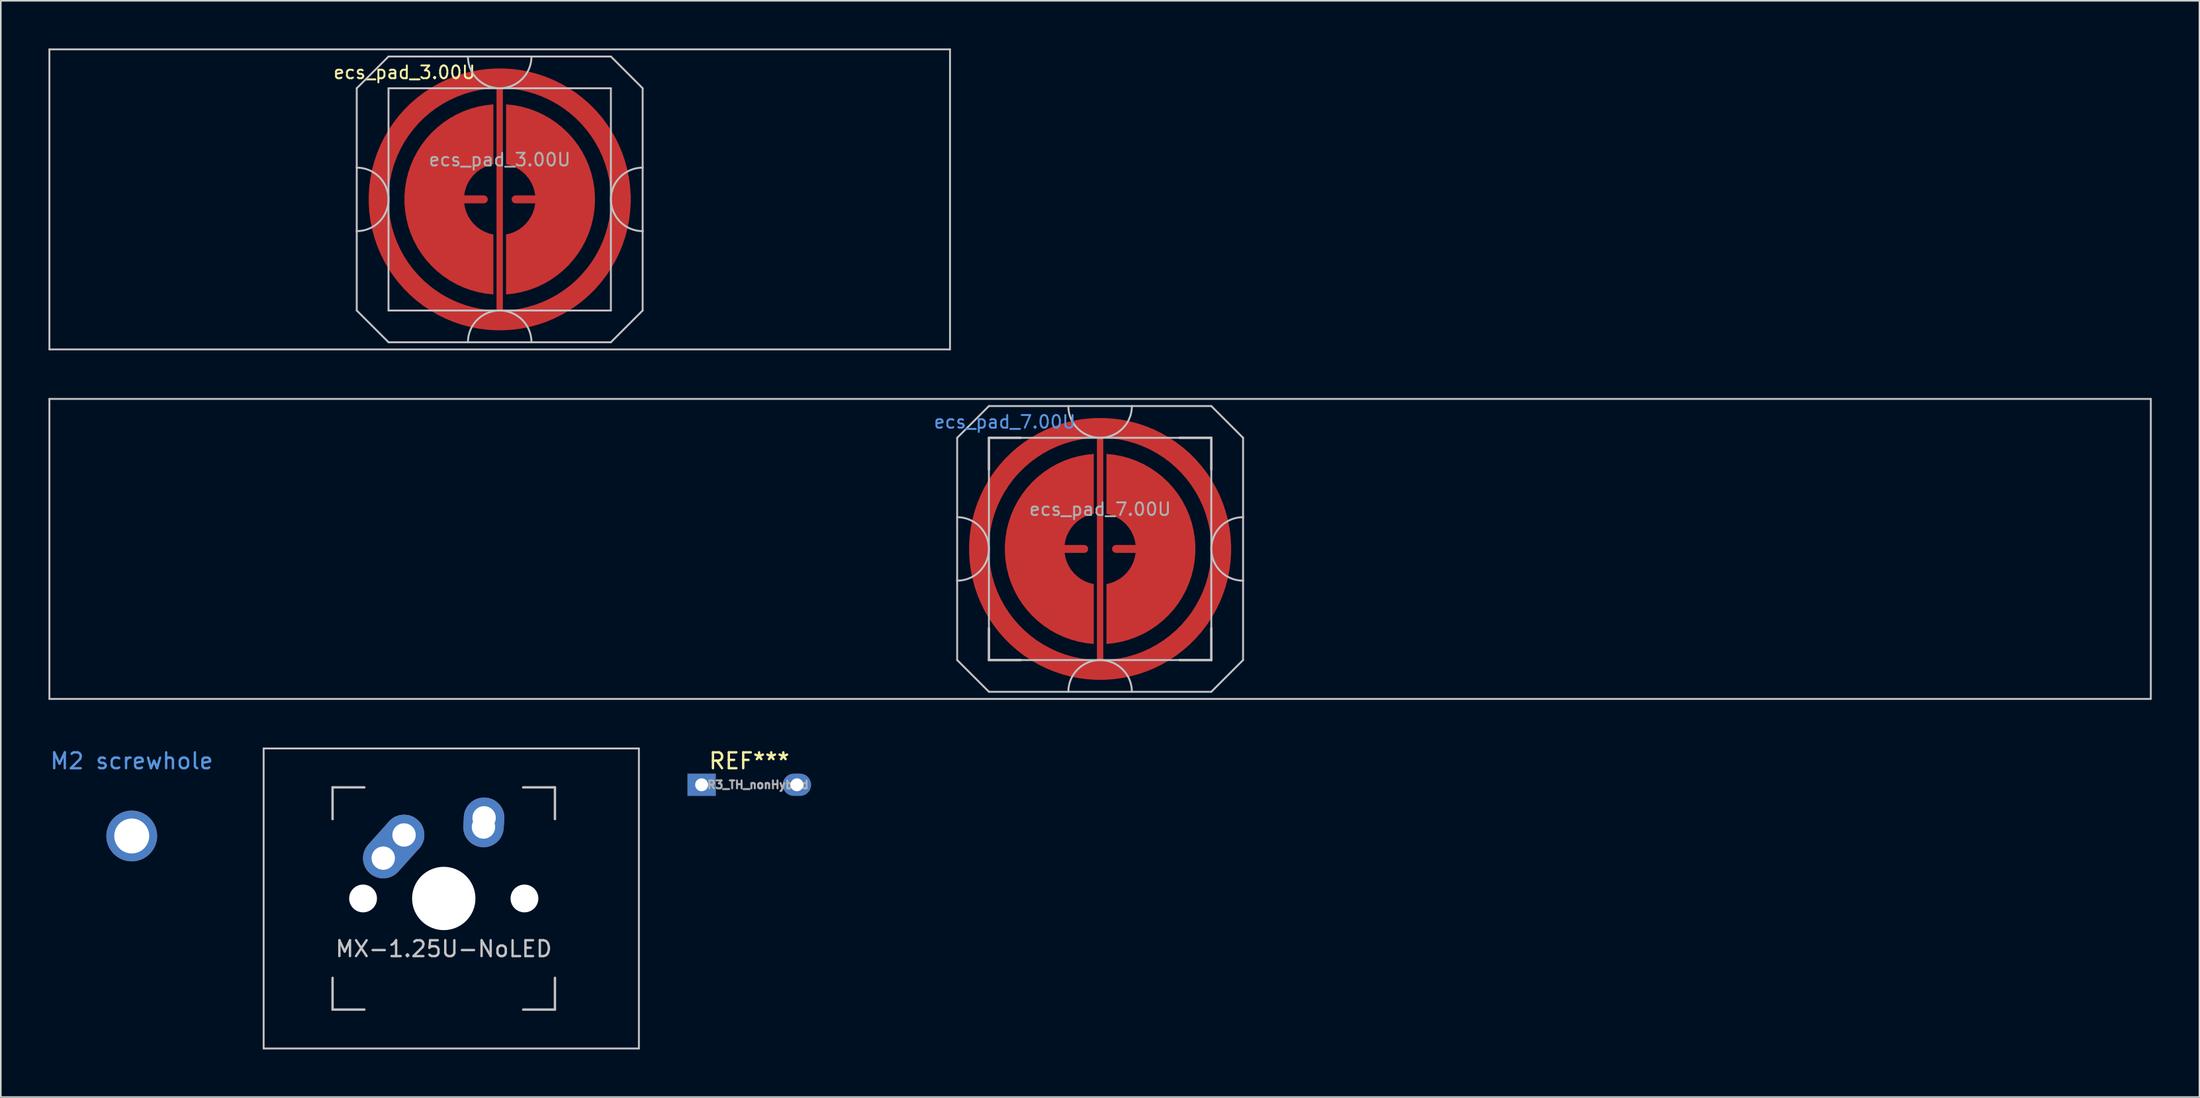
<source format=kicad_pcb>
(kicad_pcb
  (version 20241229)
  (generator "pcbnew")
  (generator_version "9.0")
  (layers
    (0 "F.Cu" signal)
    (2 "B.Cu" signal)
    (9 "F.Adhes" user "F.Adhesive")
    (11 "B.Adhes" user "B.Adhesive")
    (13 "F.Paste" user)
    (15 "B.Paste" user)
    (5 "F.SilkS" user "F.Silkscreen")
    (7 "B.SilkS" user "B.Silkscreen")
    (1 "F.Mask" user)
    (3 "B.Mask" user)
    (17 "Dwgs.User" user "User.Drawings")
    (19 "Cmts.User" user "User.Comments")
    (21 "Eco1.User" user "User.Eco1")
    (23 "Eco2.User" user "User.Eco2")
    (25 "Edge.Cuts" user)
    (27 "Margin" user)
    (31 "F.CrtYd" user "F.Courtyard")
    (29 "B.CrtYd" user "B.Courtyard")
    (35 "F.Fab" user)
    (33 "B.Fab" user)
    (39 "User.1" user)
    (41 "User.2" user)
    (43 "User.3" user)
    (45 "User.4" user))
  (footprint "ecs_pad_7.00U"
    (layer "F.Cu")
    (at 66.21 31.53)
    (property "Reference" "ecs_pad_7.00U" (at -6 -8 0) (layer "Cmts.User") (effects (font (size 0.8 0.8) (thickness 0.12))))
    (attr smd)
    (fp_line (start -66.15 -9.45) (end 66.15 -9.45) (stroke (width 0.12) (type solid)) (layer "Dwgs.User"))
    (fp_line (start -66.15 9.45) (end -66.15 -9.45) (stroke (width 0.12) (type solid)) (layer "Dwgs.User"))
    (fp_line (start -9 -7) (end -9 -2) (stroke (width 0.12) (type solid)) (layer "Dwgs.User"))
    (fp_line (start -9 -2) (end -9 2) (stroke (width 0.12) (type solid)) (layer "Dwgs.User"))
    (fp_line (start -9 2) (end -9 7) (stroke (width 0.12) (type solid)) (layer "Dwgs.User"))
    (fp_line (start -9 7) (end -7 9) (stroke (width 0.12) (type solid)) (layer "Dwgs.User"))
    (fp_line (start -7 -9) (end -9 -7) (stroke (width 0.12) (type solid)) (layer "Dwgs.User"))
    (fp_line (start -7 -7) (end -7 7) (stroke (width 0.12) (type solid)) (layer "Dwgs.User"))
    (fp_line (start -7 7) (end 7 7) (stroke (width 0.12) (type solid)) (layer "Dwgs.User"))
    (fp_line (start -7 9) (end 7 9) (stroke (width 0.12) (type solid)) (layer "Dwgs.User"))
    (fp_line (start -6.997 -7) (end -6.997 -5) (stroke (width 0.15) (type solid)) (layer "Dwgs.User"))
    (fp_line (start -6.997 5) (end -6.997 7) (stroke (width 0.15) (type solid)) (layer "Dwgs.User"))
    (fp_line (start -6.997 7) (end -4.997 7) (stroke (width 0.15) (type solid)) (layer "Dwgs.User"))
    (fp_line (start -4.997 -7) (end -6.997 -7) (stroke (width 0.15) (type solid)) (layer "Dwgs.User"))
    (fp_line (start 5.003 -7) (end 7.003 -7) (stroke (width 0.15) (type solid)) (layer "Dwgs.User"))
    (fp_line (start 5.003 7) (end 7.003 7) (stroke (width 0.15) (type solid)) (layer "Dwgs.User"))
    (fp_line (start 7 -9) (end -7 -9) (stroke (width 0.12) (type solid)) (layer "Dwgs.User"))
    (fp_line (start 7 -9) (end 9 -7) (stroke (width 0.12) (type solid)) (layer "Dwgs.User"))
    (fp_line (start 7 -7) (end -7 -7) (stroke (width 0.12) (type solid)) (layer "Dwgs.User"))
    (fp_line (start 7 7) (end 7 -7) (stroke (width 0.12) (type solid)) (layer "Dwgs.User"))
    (fp_line (start 7 9) (end 9 7) (stroke (width 0.12) (type solid)) (layer "Dwgs.User"))
    (fp_line (start 7.003 -7) (end 7.003 -5) (stroke (width 0.15) (type solid)) (layer "Dwgs.User"))
    (fp_line (start 7.003 7) (end 7.003 5) (stroke (width 0.15) (type solid)) (layer "Dwgs.User"))
    (fp_line (start 9 -2) (end 9 -7) (stroke (width 0.12) (type solid)) (layer "Dwgs.User"))
    (fp_line (start 9 -2) (end 9 2) (stroke (width 0.12) (type solid)) (layer "Dwgs.User"))
    (fp_line (start 9 7) (end 9 2) (stroke (width 0.12) (type solid)) (layer "Dwgs.User"))
    (fp_line (start 66.15 -9.45) (end 66.15 9.45) (stroke (width 0.12) (type solid)) (layer "Dwgs.User"))
    (fp_line (start 66.15 9.45) (end -66.15 9.45) (stroke (width 0.12) (type solid)) (layer "Dwgs.User"))
    (fp_arc (start -9 -2) (mid -7 0) (end -9 2) (stroke (width 0.12) (type solid)) (layer "Dwgs.User"))
    (fp_arc (start -2 9) (mid 0 7) (end 2 9) (stroke (width 0.12) (type solid)) (layer "Dwgs.User"))
    (fp_arc (start 2 -9) (mid 0 -7) (end -2 -9) (stroke (width 0.12) (type solid)) (layer "Dwgs.User"))
    (fp_arc (start 9 2) (mid 7 0) (end 9 -2) (stroke (width 0.12) (type solid)) (layer "Dwgs.User"))
    (fp_circle (center 0 0) (end 6.553 0) (stroke (width 0.12) (type solid)) (fill no) (layer "User.3"))
    (fp_text user "${REFERENCE}" (at 0 -2.5 0) (layer "F.Fab") (effects (font (size 0.8 0.8) (thickness 0.12))))
    (pad "1" smd custom (at -1 0) (size 0.4 0.4) (layers "F.Cu") (options (anchor circle)) (primitives (gr_poly (pts (xy 0.6 -2.214) (xy 0.32 -2.145) (xy 0.052 -2.041) (xy -0.201 -1.903) (xy -0.434 -1.734) (xy -0.644 -1.536) (xy -0.826 -1.314) (xy -0.979 -1.07) (xy -1.1 -0.808) (xy -1.186 -0.534) (xy -1.236 -0.25) (xy 0 -0.25) (xy 0.096 -0.231) (xy 0.177 -0.177) (xy 0.231 -0.096) (xy 0.25 0) (xy 0.231 0.096) (xy 0.177 0.177) (xy 0.096 0.231) (xy 0 0.25) (xy -1.236 0.25) (xy -1.186 0.534) (xy -1.1 0.808) (xy -0.979 1.07) (xy -0.826 1.314) (xy -0.644 1.536) (xy -0.434 1.734) (xy -0.201 1.903) (xy 0.052 2.041) (xy 0.32 2.145) (xy 0.6 2.214) (xy 0.6 5.987) (xy 0.115 5.934) (xy -0.364 5.843) (xy -0.834 5.713) (xy -1.292 5.545) (xy -1.735 5.341) (xy -2.159 5.101) (xy -2.563 4.827) (xy -2.943 4.522) (xy -3.298 4.187) (xy -3.623 3.824) (xy -3.919 3.436) (xy -4.182 3.025) (xy -4.41 2.594) (xy -4.603 2.147) (xy -4.759 1.684) (xy -4.876 1.211) (xy -4.955 0.73) (xy -4.995 0.244) (xy -4.995 -0.244) (xy -4.955 -0.73) (xy -4.876 -1.211) (xy -4.759 -1.684) (xy -4.603 -2.147) (xy -4.41 -2.594) (xy -4.182 -3.025) (xy -3.919 -3.436) (xy -3.623 -3.824) (xy -3.298 -4.187) (xy -2.943 -4.522) (xy -2.563 -4.827) (xy -2.159 -5.101) (xy -1.735 -5.341) (xy -1.292 -5.545) (xy -0.834 -5.713) (xy -0.364 -5.843) (xy 0.115 -5.934) (xy 0.6 -5.987)) (width 0) (fill yes))))
    (pad "2" smd custom (at 1 0 180) (size 0.4 0.4) (layers "F.Cu") (options (anchor circle)) (primitives (gr_poly (pts (xy 0.6 -2.214) (xy 0.32 -2.145) (xy 0.052 -2.041) (xy -0.201 -1.903) (xy -0.434 -1.734) (xy -0.644 -1.536) (xy -0.826 -1.314) (xy -0.979 -1.07) (xy -1.1 -0.808) (xy -1.186 -0.534) (xy -1.236 -0.25) (xy 0 -0.25) (xy 0.096 -0.231) (xy 0.177 -0.177) (xy 0.231 -0.096) (xy 0.25 0) (xy 0.231 0.096) (xy 0.177 0.177) (xy 0.096 0.231) (xy 0 0.25) (xy -1.236 0.25) (xy -1.186 0.534) (xy -1.1 0.808) (xy -0.979 1.07) (xy -0.826 1.314) (xy -0.644 1.536) (xy -0.434 1.734) (xy -0.201 1.903) (xy 0.052 2.041) (xy 0.32 2.145) (xy 0.6 2.214) (xy 0.6 5.987) (xy 0.115 5.934) (xy -0.364 5.843) (xy -0.834 5.713) (xy -1.292 5.545) (xy -1.735 5.341) (xy -2.159 5.101) (xy -2.563 4.827) (xy -2.943 4.522) (xy -3.298 4.187) (xy -3.623 3.824) (xy -3.919 3.436) (xy -4.182 3.025) (xy -4.41 2.594) (xy -4.603 2.147) (xy -4.759 1.684) (xy -4.876 1.211) (xy -4.955 0.73) (xy -4.995 0.244) (xy -4.995 -0.244) (xy -4.955 -0.73) (xy -4.876 -1.211) (xy -4.759 -1.684) (xy -4.603 -2.147) (xy -4.41 -2.594) (xy -4.182 -3.025) (xy -3.919 -3.436) (xy -3.623 -3.824) (xy -3.298 -4.187) (xy -2.943 -4.522) (xy -2.563 -4.827) (xy -2.159 -5.101) (xy -1.735 -5.341) (xy -1.292 -5.545) (xy -0.834 -5.713) (xy -0.364 -5.843) (xy 0.115 -5.934) (xy 0.6 -5.987)) (width 0) (fill yes))))
    (pad "3" smd custom (at 8 0) (size 0.5 0.5) (layers "F.Cu") (options (anchor rect)) (primitives (gr_circle (center -8 0) (end -0.375 0) (width 1.25) (fill no)) (gr_line (start -8 8) (end -8 -8) (width 0.4))))
    (zone (net_name "") (layer "B.Cu") (hatch edge 0.508) (connect_pads) (min_thickness 0.254) (filled_areas_thickness no) (keepout (tracks allowed) (vias allowed) (pads allowed) (copperpour not_allowed) (footprints allowed)) (placement (enabled no)) (fill) (polygon (pts (xy 72.768 31.53) (xy 72.748 31.015) (xy 72.688 30.504) (xy 72.587 29.999) (xy 72.447 29.503) (xy 72.269 29.02) (xy 72.053 28.553) (xy 71.802 28.103) (xy 71.516 27.675) (xy 71.197 27.271) (xy 70.847 26.893) (xy 70.469 26.543) (xy 70.065 26.224) (xy 69.637 25.938) (xy 69.187 25.687) (xy 68.72 25.471) (xy 68.237 25.293) (xy 67.741 25.153) (xy 67.236 25.052) (xy 66.725 24.992) (xy 66.21 24.972) (xy 65.695 24.992) (xy 65.184 25.052) (xy 64.679 25.153) (xy 64.183 25.293) (xy 63.7 25.471) (xy 63.233 25.687) (xy 62.783 25.938) (xy 62.355 26.224) (xy 61.951 26.543) (xy 61.573 26.893) (xy 61.223 27.271) (xy 60.904 27.675) (xy 60.618 28.103) (xy 60.367 28.553) (xy 60.151 29.02) (xy 59.973 29.503) (xy 59.833 29.999) (xy 59.732 30.504) (xy 59.672 31.015) (xy 59.652 31.53) (xy 59.672 32.045) (xy 59.732 32.556) (xy 59.833 33.061) (xy 59.973 33.557) (xy 60.151 34.04) (xy 60.367 34.507) (xy 60.618 34.957) (xy 60.904 35.385) (xy 61.223 35.789) (xy 61.573 36.167) (xy 61.951 36.517) (xy 62.355 36.836) (xy 62.783 37.122) (xy 63.233 37.373) (xy 63.7 37.589) (xy 64.183 37.767) (xy 64.679 37.907) (xy 65.184 38.008) (xy 65.695 38.068) (xy 66.21 38.088) (xy 66.725 38.068) (xy 67.236 38.008) (xy 67.741 37.907) (xy 68.237 37.767) (xy 68.72 37.589) (xy 69.187 37.373) (xy 69.637 37.122) (xy 70.065 36.836) (xy 70.469 36.517) (xy 70.847 36.167) (xy 71.197 35.789) (xy 71.516 35.385) (xy 71.802 34.957) (xy 72.053 34.507) (xy 72.269 34.04) (xy 72.447 33.557) (xy 72.587 33.061) (xy 72.688 32.556) (xy 72.748 32.045)))))
  (footprint "M2 screwhole"
    (layer "F.Cu")
    (at 5.244 49.613)
    (property "Reference" "M2 screwhole" (at 0 -4.725 0) (unlocked yes) (layer "Cmts.User") (effects (font (size 1 1) (thickness 0.15))))
    (attr through_hole)
    (pad "1" thru_hole circle (at 0 0) (size 3.2 3.2) (drill 2.2) (layers "*.Cu" "*.Mask")))
  (footprint "R3_TH_nonHybrid"
    (layer "F.Cu")
    (at 44.122 46.388)
    (property "Reference" "R3_TH_nonHybrid" (at 0.55 0 180) (layer "F.Fab") (effects (font (size 0.5 0.5) (thickness 0.125))))
    (attr through_hole)
    (fp_text user "REF***" (at 0 -1.5 0) (unlocked yes) (layer "F.SilkS") (effects (font (size 1 1) (thickness 0.15))))
    (pad "1" thru_hole rect (at -3 0) (size 1.778 1.397) (drill 0.813) (layers "*.Cu" "B.Mask"))
    (pad "2" thru_hole oval (at 3 0) (size 1.778 1.397) (drill 0.813) (layers "*.Cu" "B.Mask")))
  (footprint "MX-1.25U-NoLED"
    (layer "F.Cu")
    (at 24.888 53.55)
    (property "Reference" "MX-1.25U-NoLED" (at 0 3.175 0) (layer "Dwgs.User") (effects (font (size 1 1) (thickness 0.15))))
    (attr through_hole)
    (fp_line (start -11.34 -9.45) (end -11.34 9.45) (stroke (width 0.12) (type solid)) (layer "Dwgs.User"))
    (fp_line (start -11.34 9.45) (end 12.285 9.45) (stroke (width 0.12) (type solid)) (layer "Dwgs.User"))
    (fp_line (start -7 -7) (end -7 -5) (stroke (width 0.15) (type solid)) (layer "Dwgs.User"))
    (fp_line (start -7 5) (end -7 7) (stroke (width 0.15) (type solid)) (layer "Dwgs.User"))
    (fp_line (start -7 7) (end -5 7) (stroke (width 0.15) (type solid)) (layer "Dwgs.User"))
    (fp_line (start -5 -7) (end -7 -7) (stroke (width 0.15) (type solid)) (layer "Dwgs.User"))
    (fp_line (start 5 -7) (end 7 -7) (stroke (width 0.15) (type solid)) (layer "Dwgs.User"))
    (fp_line (start 5 7) (end 7 7) (stroke (width 0.15) (type solid)) (layer "Dwgs.User"))
    (fp_line (start 7 -7) (end 7 -5) (stroke (width 0.15) (type solid)) (layer "Dwgs.User"))
    (fp_line (start 7 7) (end 7 5) (stroke (width 0.15) (type solid)) (layer "Dwgs.User"))
    (fp_line (start 12.285 -9.45) (end -11.34 -9.45) (stroke (width 0.12) (type solid)) (layer "Dwgs.User"))
    (fp_line (start 12.285 9.45) (end 12.285 -9.45) (stroke (width 0.12) (type solid)) (layer "Dwgs.User"))
    (pad "" np_thru_hole circle (at -5.08 0 48.1) (size 1.75 1.75) (drill 1.75) (layers "*.Cu" "*.Mask"))
    (pad "" np_thru_hole circle (at 0 0) (size 3.988 3.988) (drill 3.988) (layers "*.Cu" "*.Mask"))
    (pad "" np_thru_hole circle (at 5.08 0 48.1) (size 1.75 1.75) (drill 1.75) (layers "*.Cu" "*.Mask"))
    (pad "1" thru_hole oval (at -3.81 -2.54 48.099) (size 4.512 2.55) (drill 1.47 (offset 0.981 0)) (layers "*.Cu" "B.Mask"))
    (pad "1" thru_hole circle (at -2.5 -4) (size 2.55 2.55) (drill 1.47) (layers "*.Cu" "B.Mask"))
    (pad "2" thru_hole oval (at 2.5 -4.5 86.054) (size 3.131 2.55) (drill 1.47 (offset 0.291 0)) (layers "*.Cu" "B.Mask"))
    (pad "2" thru_hole circle (at 2.54 -5.08) (size 2.55 2.55) (drill 1.47) (layers "*.Cu" "B.Mask")))
  (footprint "ecs_pad_3.00U"
    (layer "F.Cu")
    (at 28.41 9.51)
    (property "Reference" "ecs_pad_3.00U" (at -6 -8 0) (layer "F.SilkS") (effects (font (size 0.8 0.8) (thickness 0.12))))
    (attr smd)
    (fp_line (start -28.35 -9.45) (end 28.35 -9.45) (stroke (width 0.12) (type solid)) (layer "Dwgs.User"))
    (fp_line (start -28.35 9.45) (end -28.35 -9.45) (stroke (width 0.12) (type solid)) (layer "Dwgs.User"))
    (fp_line (start -9 -7) (end -9 -2) (stroke (width 0.12) (type solid)) (layer "Dwgs.User"))
    (fp_line (start -9 -2) (end -9 2) (stroke (width 0.12) (type solid)) (layer "Dwgs.User"))
    (fp_line (start -9 2) (end -9 7) (stroke (width 0.12) (type solid)) (layer "Dwgs.User"))
    (fp_line (start -9 7) (end -7 9) (stroke (width 0.12) (type solid)) (layer "Dwgs.User"))
    (fp_line (start -7 -9) (end -9 -7) (stroke (width 0.12) (type solid)) (layer "Dwgs.User"))
    (fp_line (start -7 -7) (end -7 7) (stroke (width 0.12) (type solid)) (layer "Dwgs.User"))
    (fp_line (start -7 7) (end 7 7) (stroke (width 0.12) (type solid)) (layer "Dwgs.User"))
    (fp_line (start -7 9) (end 7 9) (stroke (width 0.12) (type solid)) (layer "Dwgs.User"))
    (fp_line (start 7 -9) (end -7 -9) (stroke (width 0.12) (type solid)) (layer "Dwgs.User"))
    (fp_line (start 7 -9) (end 9 -7) (stroke (width 0.12) (type solid)) (layer "Dwgs.User"))
    (fp_line (start 7 -7) (end -7 -7) (stroke (width 0.12) (type solid)) (layer "Dwgs.User"))
    (fp_line (start 7 7) (end 7 -7) (stroke (width 0.12) (type solid)) (layer "Dwgs.User"))
    (fp_line (start 7 9) (end 9 7) (stroke (width 0.12) (type solid)) (layer "Dwgs.User"))
    (fp_line (start 9 -2) (end 9 -7) (stroke (width 0.12) (type solid)) (layer "Dwgs.User"))
    (fp_line (start 9 -2) (end 9 2) (stroke (width 0.12) (type solid)) (layer "Dwgs.User"))
    (fp_line (start 9 7) (end 9 2) (stroke (width 0.12) (type solid)) (layer "Dwgs.User"))
    (fp_line (start 28.35 -9.45) (end 28.35 9.45) (stroke (width 0.12) (type solid)) (layer "Dwgs.User"))
    (fp_line (start 28.35 9.45) (end -28.35 9.45) (stroke (width 0.12) (type solid)) (layer "Dwgs.User"))
    (fp_arc (start -9 -2) (mid -7 0) (end -9 2) (stroke (width 0.12) (type solid)) (layer "Dwgs.User"))
    (fp_arc (start -2 9) (mid 0 7) (end 2 9) (stroke (width 0.12) (type solid)) (layer "Dwgs.User"))
    (fp_arc (start 2 -9) (mid 0 -7) (end -2 -9) (stroke (width 0.12) (type solid)) (layer "Dwgs.User"))
    (fp_arc (start 9 2) (mid 7 0) (end 9 -2) (stroke (width 0.12) (type solid)) (layer "Dwgs.User"))
    (fp_circle (center 0 0) (end 6.553 0) (stroke (width 0.12) (type solid)) (fill no) (layer "User.3"))
    (fp_text user "${REFERENCE}" (at 0 -2.5 0) (layer "F.Fab") (effects (font (size 0.8 0.8) (thickness 0.12))))
    (pad "1" smd custom (at -1 0) (size 0.4 0.4) (layers "F.Cu") (options (anchor circle)) (primitives (gr_poly (pts (xy 0.6 -2.214) (xy 0.32 -2.145) (xy 0.052 -2.041) (xy -0.201 -1.903) (xy -0.434 -1.734) (xy -0.644 -1.536) (xy -0.826 -1.314) (xy -0.979 -1.07) (xy -1.1 -0.808) (xy -1.186 -0.534) (xy -1.236 -0.25) (xy 0 -0.25) (xy 0.096 -0.231) (xy 0.177 -0.177) (xy 0.231 -0.096) (xy 0.25 0) (xy 0.231 0.096) (xy 0.177 0.177) (xy 0.096 0.231) (xy 0 0.25) (xy -1.236 0.25) (xy -1.186 0.534) (xy -1.1 0.808) (xy -0.979 1.07) (xy -0.826 1.314) (xy -0.644 1.536) (xy -0.434 1.734) (xy -0.201 1.903) (xy 0.052 2.041) (xy 0.32 2.145) (xy 0.6 2.214) (xy 0.6 5.987) (xy 0.115 5.934) (xy -0.364 5.843) (xy -0.834 5.713) (xy -1.292 5.545) (xy -1.735 5.341) (xy -2.159 5.101) (xy -2.563 4.827) (xy -2.943 4.522) (xy -3.298 4.187) (xy -3.623 3.824) (xy -3.919 3.436) (xy -4.182 3.025) (xy -4.41 2.594) (xy -4.603 2.147) (xy -4.759 1.684) (xy -4.876 1.211) (xy -4.955 0.73) (xy -4.995 0.244) (xy -4.995 -0.244) (xy -4.955 -0.73) (xy -4.876 -1.211) (xy -4.759 -1.684) (xy -4.603 -2.147) (xy -4.41 -2.594) (xy -4.182 -3.025) (xy -3.919 -3.436) (xy -3.623 -3.824) (xy -3.298 -4.187) (xy -2.943 -4.522) (xy -2.563 -4.827) (xy -2.159 -5.101) (xy -1.735 -5.341) (xy -1.292 -5.545) (xy -0.834 -5.713) (xy -0.364 -5.843) (xy 0.115 -5.934) (xy 0.6 -5.987)) (width 0) (fill yes))))
    (pad "2" smd custom (at 1 0 180) (size 0.4 0.4) (layers "F.Cu") (options (anchor circle)) (primitives (gr_poly (pts (xy 0.6 -2.214) (xy 0.32 -2.145) (xy 0.052 -2.041) (xy -0.201 -1.903) (xy -0.434 -1.734) (xy -0.644 -1.536) (xy -0.826 -1.314) (xy -0.979 -1.07) (xy -1.1 -0.808) (xy -1.186 -0.534) (xy -1.236 -0.25) (xy 0 -0.25) (xy 0.096 -0.231) (xy 0.177 -0.177) (xy 0.231 -0.096) (xy 0.25 0) (xy 0.231 0.096) (xy 0.177 0.177) (xy 0.096 0.231) (xy 0 0.25) (xy -1.236 0.25) (xy -1.186 0.534) (xy -1.1 0.808) (xy -0.979 1.07) (xy -0.826 1.314) (xy -0.644 1.536) (xy -0.434 1.734) (xy -0.201 1.903) (xy 0.052 2.041) (xy 0.32 2.145) (xy 0.6 2.214) (xy 0.6 5.987) (xy 0.115 5.934) (xy -0.364 5.843) (xy -0.834 5.713) (xy -1.292 5.545) (xy -1.735 5.341) (xy -2.159 5.101) (xy -2.563 4.827) (xy -2.943 4.522) (xy -3.298 4.187) (xy -3.623 3.824) (xy -3.919 3.436) (xy -4.182 3.025) (xy -4.41 2.594) (xy -4.603 2.147) (xy -4.759 1.684) (xy -4.876 1.211) (xy -4.955 0.73) (xy -4.995 0.244) (xy -4.995 -0.244) (xy -4.955 -0.73) (xy -4.876 -1.211) (xy -4.759 -1.684) (xy -4.603 -2.147) (xy -4.41 -2.594) (xy -4.182 -3.025) (xy -3.919 -3.436) (xy -3.623 -3.824) (xy -3.298 -4.187) (xy -2.943 -4.522) (xy -2.563 -4.827) (xy -2.159 -5.101) (xy -1.735 -5.341) (xy -1.292 -5.545) (xy -0.834 -5.713) (xy -0.364 -5.843) (xy 0.115 -5.934) (xy 0.6 -5.987)) (width 0) (fill yes))))
    (pad "3" smd custom (at 8 0) (size 0.5 0.5) (layers "F.Cu") (options (anchor rect)) (primitives (gr_circle (center -8 0) (end -0.375 0) (width 1.25) (fill no)) (gr_line (start -8 8) (end -8 -8) (width 0.4))))
    (zone (net_name "") (layer "B.Cu") (hatch edge 0.508) (connect_pads) (min_thickness 0.254) (filled_areas_thickness no) (keepout (tracks allowed) (vias allowed) (pads allowed) (copperpour not_allowed) (footprints allowed)) (placement (enabled no)) (fill) (polygon (pts (xy 34.968 9.51) (xy 34.948 8.995) (xy 34.888 8.484) (xy 34.787 7.979) (xy 34.647 7.483) (xy 34.469 7) (xy 34.253 6.533) (xy 34.002 6.083) (xy 33.716 5.655) (xy 33.397 5.251) (xy 33.047 4.873) (xy 32.669 4.523) (xy 32.265 4.204) (xy 31.837 3.918) (xy 31.387 3.667) (xy 30.92 3.451) (xy 30.437 3.273) (xy 29.941 3.133) (xy 29.436 3.032) (xy 28.925 2.972) (xy 28.41 2.952) (xy 27.895 2.972) (xy 27.384 3.032) (xy 26.879 3.133) (xy 26.383 3.273) (xy 25.9 3.451) (xy 25.433 3.667) (xy 24.983 3.918) (xy 24.555 4.204) (xy 24.151 4.523) (xy 23.773 4.873) (xy 23.423 5.251) (xy 23.104 5.655) (xy 22.818 6.083) (xy 22.567 6.533) (xy 22.351 7) (xy 22.173 7.483) (xy 22.033 7.979) (xy 21.932 8.484) (xy 21.872 8.995) (xy 21.852 9.51) (xy 21.872 10.025) (xy 21.932 10.536) (xy 22.033 11.041) (xy 22.173 11.537) (xy 22.351 12.02) (xy 22.567 12.487) (xy 22.818 12.937) (xy 23.104 13.365) (xy 23.423 13.769) (xy 23.773 14.147) (xy 24.151 14.497) (xy 24.555 14.816) (xy 24.983 15.102) (xy 25.433 15.353) (xy 25.9 15.569) (xy 26.383 15.747) (xy 26.879 15.887) (xy 27.384 15.988) (xy 27.895 16.048) (xy 28.41 16.068) (xy 28.925 16.048) (xy 29.436 15.988) (xy 29.941 15.887) (xy 30.437 15.747) (xy 30.92 15.569) (xy 31.387 15.353) (xy 31.837 15.102) (xy 32.265 14.816) (xy 32.669 14.497) (xy 33.047 14.147) (xy 33.397 13.769) (xy 33.716 13.365) (xy 34.002 12.937) (xy 34.253 12.487) (xy 34.469 12.02) (xy 34.647 11.537) (xy 34.787 11.041) (xy 34.888 10.536) (xy 34.948 10.025)))))
  (gr_rect
    (start -3 -3)
    (end 135.42 66.06)
    (stroke (width 0.1) (type default))
    (fill no)
    (layer "Edge.Cuts")))
</source>
